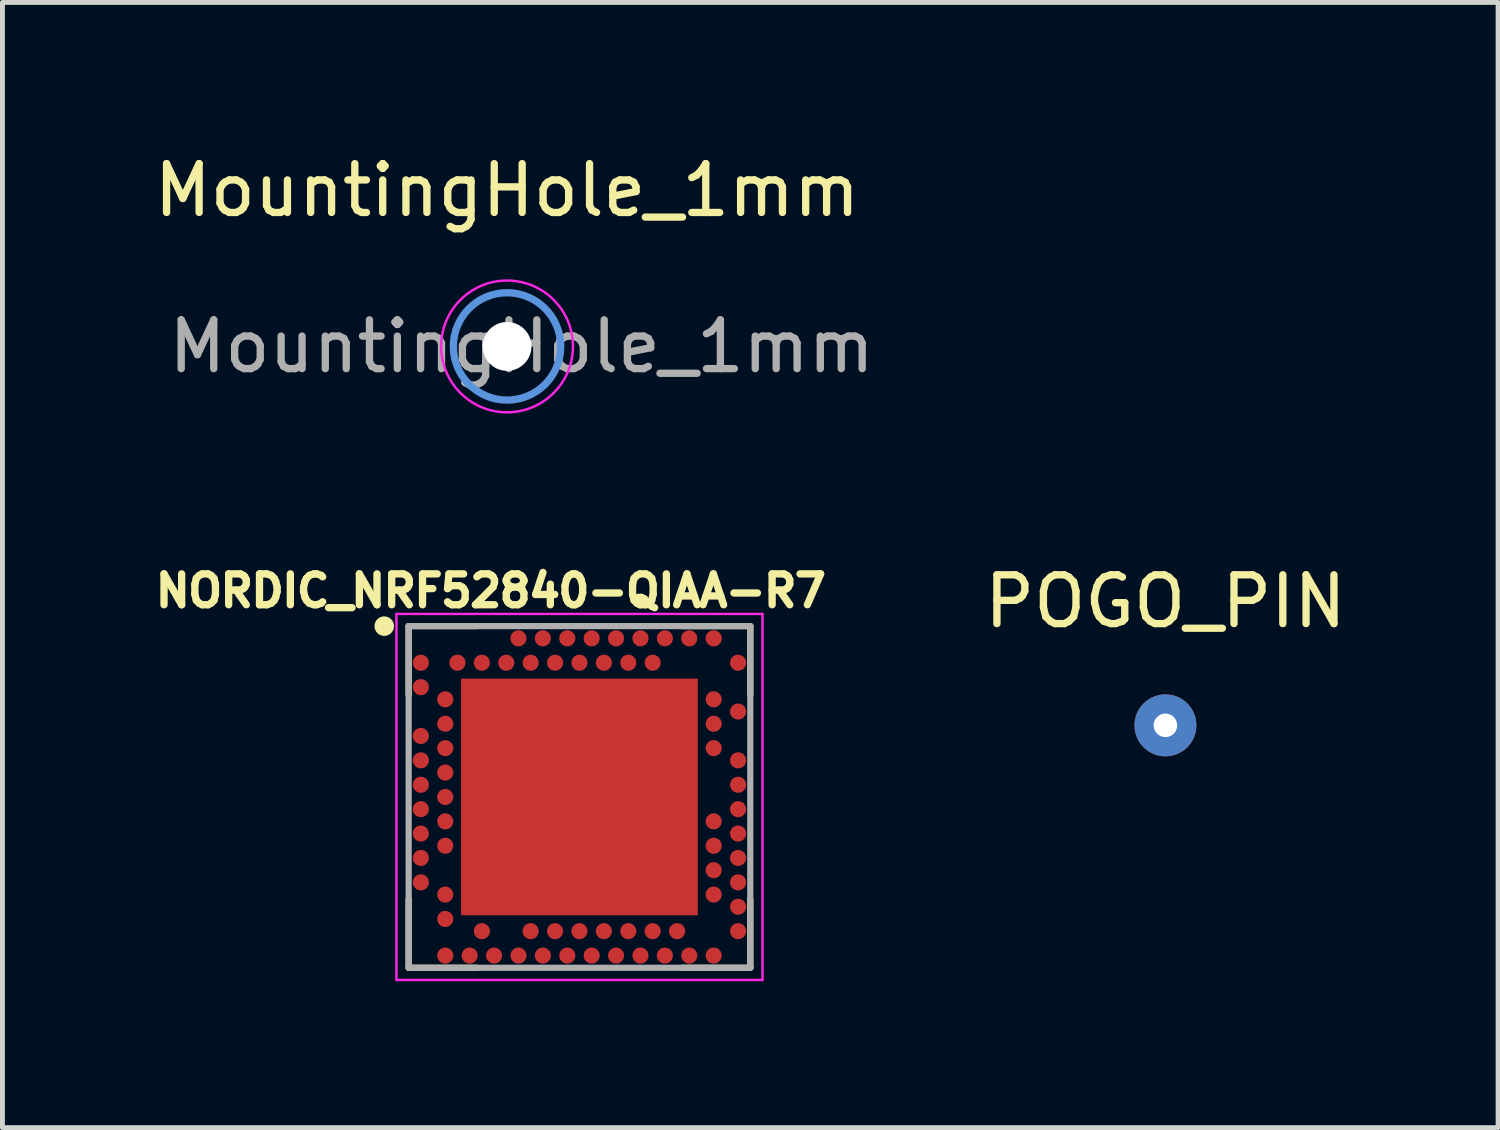
<source format=kicad_pcb>
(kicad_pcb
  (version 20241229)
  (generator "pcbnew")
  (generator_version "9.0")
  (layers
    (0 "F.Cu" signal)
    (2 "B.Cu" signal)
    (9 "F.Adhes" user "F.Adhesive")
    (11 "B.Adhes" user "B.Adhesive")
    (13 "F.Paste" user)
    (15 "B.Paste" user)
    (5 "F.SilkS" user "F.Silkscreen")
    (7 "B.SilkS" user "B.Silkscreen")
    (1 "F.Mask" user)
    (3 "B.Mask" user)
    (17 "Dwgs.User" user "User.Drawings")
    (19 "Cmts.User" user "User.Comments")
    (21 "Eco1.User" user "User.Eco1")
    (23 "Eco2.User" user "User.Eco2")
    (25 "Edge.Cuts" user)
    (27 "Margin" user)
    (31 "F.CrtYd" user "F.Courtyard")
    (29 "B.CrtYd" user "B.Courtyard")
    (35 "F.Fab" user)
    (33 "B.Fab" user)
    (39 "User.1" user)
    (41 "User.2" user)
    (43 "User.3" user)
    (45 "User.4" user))
  (footprint "NORDIC_NRF52840-QIAA-R7"
    (layer "F.Cu")
    (at 8.823 13.279)
    (property "Reference" "NORDIC_NRF52840-QIAA-R7" (at -1.816 -4.223 0) (layer "F.SilkS") (effects (font (size 0.632 0.632) (thickness 0.15))))
    (attr smd)
    (fp_line (start -3.5 -2.1) (end -3.5 -3.5) (stroke (width 0.127) (type solid)) (layer "F.SilkS"))
    (fp_line (start -3.5 2.1) (end -3.5 3.5) (stroke (width 0.127) (type solid)) (layer "F.SilkS"))
    (fp_line (start -3.5 3.5) (end -2.1 3.5) (stroke (width 0.127) (type solid)) (layer "F.SilkS"))
    (fp_line (start -2.1 -3.5) (end -3.5 -3.5) (stroke (width 0.127) (type solid)) (layer "F.SilkS"))
    (fp_line (start 2.1 3.5) (end 3.5 3.5) (stroke (width 0.127) (type solid)) (layer "F.SilkS"))
    (fp_line (start 3.5 -3.5) (end 2.1 -3.5) (stroke (width 0.127) (type solid)) (layer "F.SilkS"))
    (fp_line (start 3.5 -2.1) (end 3.5 -3.5) (stroke (width 0.127) (type solid)) (layer "F.SilkS"))
    (fp_line (start 3.5 3.5) (end 3.5 2.1) (stroke (width 0.127) (type solid)) (layer "F.SilkS"))
    (fp_circle (center -4 -3.5) (end -3.9 -3.5) (stroke (width 0.2) (type solid)) (fill no) (layer "F.SilkS"))
    (fp_poly (pts (xy -1.531 -1.53) (xy 1.53 -1.53) (xy 1.53 1.531) (xy -1.531 1.531)) (stroke (width 0.01) (type solid)) (fill yes) (layer "F.Paste"))
    (fp_line (start -3.75 -3.75) (end -3.75 3.75) (stroke (width 0.05) (type solid)) (layer "F.CrtYd"))
    (fp_line (start -3.75 3.75) (end 3.75 3.75) (stroke (width 0.05) (type solid)) (layer "F.CrtYd"))
    (fp_line (start 3.75 -3.75) (end -3.75 -3.75) (stroke (width 0.05) (type solid)) (layer "F.CrtYd"))
    (fp_line (start 3.75 3.75) (end 3.75 -3.75) (stroke (width 0.05) (type solid)) (layer "F.CrtYd"))
    (fp_line (start -3.5 -3.5) (end -3.5 3.5) (stroke (width 0.127) (type solid)) (layer "F.Fab"))
    (fp_line (start -3.5 3.5) (end 3.5 3.5) (stroke (width 0.127) (type solid)) (layer "F.Fab"))
    (fp_line (start 3.5 -3.5) (end -3.5 -3.5) (stroke (width 0.127) (type solid)) (layer "F.Fab"))
    (fp_line (start 3.5 3.5) (end 3.5 -3.5) (stroke (width 0.127) (type solid)) (layer "F.Fab"))
    (pad "A8" smd circle (at -1.25 -3.25) (size 0.33 0.33) (layers "F.Cu" "F.Mask" "F.Paste"))
    (pad "A10" smd circle (at -0.75 -3.25) (size 0.33 0.33) (layers "F.Cu" "F.Mask" "F.Paste"))
    (pad "A12" smd circle (at -0.25 -3.25) (size 0.33 0.33) (layers "F.Cu" "F.Mask" "F.Paste"))
    (pad "A14" smd circle (at 0.25 -3.25) (size 0.33 0.33) (layers "F.Cu" "F.Mask" "F.Paste"))
    (pad "A16" smd circle (at 0.75 -3.25) (size 0.33 0.33) (layers "F.Cu" "F.Mask" "F.Paste"))
    (pad "A18" smd circle (at 1.25 -3.25) (size 0.33 0.33) (layers "F.Cu" "F.Mask" "F.Paste"))
    (pad "A20" smd circle (at 1.75 -3.25) (size 0.33 0.33) (layers "F.Cu" "F.Mask" "F.Paste"))
    (pad "A22" smd circle (at 2.25 -3.25) (size 0.33 0.33) (layers "F.Cu" "F.Mask" "F.Paste"))
    (pad "A23" smd circle (at 2.75 -3.25) (size 0.33 0.33) (layers "F.Cu" "F.Mask" "F.Paste"))
    (pad "AA24" smd circle (at 3.25 2.25 90) (size 0.33 0.33) (layers "F.Cu" "F.Mask" "F.Paste"))
    (pad "AB2" smd circle (at -2.75 2.5 90) (size 0.33 0.33) (layers "F.Cu" "F.Mask" "F.Paste"))
    (pad "AC5" smd circle (at -2 2.75) (size 0.33 0.33) (layers "F.Cu" "F.Mask" "F.Paste"))
    (pad "AC9" smd circle (at -1 2.75) (size 0.33 0.33) (layers "F.Cu" "F.Mask" "F.Paste"))
    (pad "AC11" smd circle (at -0.5 2.75) (size 0.33 0.33) (layers "F.Cu" "F.Mask" "F.Paste"))
    (pad "AC13" smd circle (at 0 2.75) (size 0.33 0.33) (layers "F.Cu" "F.Mask" "F.Paste"))
    (pad "AC15" smd circle (at 0.5 2.75) (size 0.33 0.33) (layers "F.Cu" "F.Mask" "F.Paste"))
    (pad "AC17" smd circle (at 1 2.75) (size 0.33 0.33) (layers "F.Cu" "F.Mask" "F.Paste"))
    (pad "AC19" smd circle (at 1.5 2.75) (size 0.33 0.33) (layers "F.Cu" "F.Mask" "F.Paste"))
    (pad "AC21" smd circle (at 2 2.75) (size 0.33 0.33) (layers "F.Cu" "F.Mask" "F.Paste"))
    (pad "AC24" smd circle (at 3.25 2.75 90) (size 0.33 0.33) (layers "F.Cu" "F.Mask" "F.Paste"))
    (pad "AD2" smd circle (at -2.75 3.25) (size 0.33 0.33) (layers "F.Cu" "F.Mask" "F.Paste"))
    (pad "AD4" smd circle (at -2.25 3.25) (size 0.33 0.33) (layers "F.Cu" "F.Mask" "F.Paste"))
    (pad "AD6" smd circle (at -1.75 3.25) (size 0.33 0.33) (layers "F.Cu" "F.Mask" "F.Paste"))
    (pad "AD8" smd circle (at -1.25 3.25) (size 0.33 0.33) (layers "F.Cu" "F.Mask" "F.Paste"))
    (pad "AD10" smd circle (at -0.75 3.25) (size 0.33 0.33) (layers "F.Cu" "F.Mask" "F.Paste"))
    (pad "AD12" smd circle (at -0.25 3.25) (size 0.33 0.33) (layers "F.Cu" "F.Mask" "F.Paste"))
    (pad "AD14" smd circle (at 0.25 3.25) (size 0.33 0.33) (layers "F.Cu" "F.Mask" "F.Paste"))
    (pad "AD16" smd circle (at 0.75 3.25) (size 0.33 0.33) (layers "F.Cu" "F.Mask" "F.Paste"))
    (pad "AD18" smd circle (at 1.25 3.25) (size 0.33 0.33) (layers "F.Cu" "F.Mask" "F.Paste"))
    (pad "AD20" smd circle (at 1.75 3.25) (size 0.33 0.33) (layers "F.Cu" "F.Mask" "F.Paste"))
    (pad "AD22" smd circle (at 2.25 3.25) (size 0.33 0.33) (layers "F.Cu" "F.Mask" "F.Paste"))
    (pad "AD23" smd circle (at 2.75 3.25) (size 0.33 0.33) (layers "F.Cu" "F.Mask" "F.Paste"))
    (pad "B1" smd circle (at -3.25 -2.75 90) (size 0.33 0.33) (layers "F.Cu" "F.Mask" "F.Paste"))
    (pad "B3" smd circle (at -2.5 -2.75) (size 0.33 0.33) (layers "F.Cu" "F.Mask" "F.Paste"))
    (pad "B5" smd circle (at -2 -2.75) (size 0.33 0.33) (layers "F.Cu" "F.Mask" "F.Paste"))
    (pad "B7" smd circle (at -1.5 -2.75) (size 0.33 0.33) (layers "F.Cu" "F.Mask" "F.Paste"))
    (pad "B9" smd circle (at -1 -2.75) (size 0.33 0.33) (layers "F.Cu" "F.Mask" "F.Paste"))
    (pad "B11" smd circle (at -0.5 -2.75) (size 0.33 0.33) (layers "F.Cu" "F.Mask" "F.Paste"))
    (pad "B13" smd circle (at 0 -2.75) (size 0.33 0.33) (layers "F.Cu" "F.Mask" "F.Paste"))
    (pad "B15" smd circle (at 0.5 -2.75) (size 0.33 0.33) (layers "F.Cu" "F.Mask" "F.Paste"))
    (pad "B17" smd circle (at 1 -2.75) (size 0.33 0.33) (layers "F.Cu" "F.Mask" "F.Paste"))
    (pad "B19" smd circle (at 1.5 -2.75) (size 0.33 0.33) (layers "F.Cu" "F.Mask" "F.Paste"))
    (pad "B24" smd circle (at 3.25 -2.75 90) (size 0.33 0.33) (layers "F.Cu" "F.Mask" "F.Paste"))
    (pad "C1" smd circle (at -3.25 -2.25 90) (size 0.33 0.33) (layers "F.Cu" "F.Mask" "F.Paste"))
    (pad "D2" smd circle (at -2.75 -2 90) (size 0.33 0.33) (layers "F.Cu" "F.Mask" "F.Paste"))
    (pad "D23" smd circle (at 2.75 -2 90) (size 0.33 0.33) (layers "F.Cu" "F.Mask" "F.Paste"))
    (pad "E24" smd circle (at 3.25 -1.75 90) (size 0.33 0.33) (layers "F.Cu" "F.Mask" "F.Paste"))
    (pad "EXP" smd rect (at 0 0) (size 4.85 4.85) (layers "F.Cu" "F.Mask"))
    (pad "F2" smd circle (at -2.75 -1.5 90) (size 0.33 0.33) (layers "F.Cu" "F.Mask" "F.Paste"))
    (pad "F23" smd circle (at 2.75 -1.5 90) (size 0.33 0.33) (layers "F.Cu" "F.Mask" "F.Paste"))
    (pad "G1" smd circle (at -3.25 -1.25 90) (size 0.33 0.33) (layers "F.Cu" "F.Mask" "F.Paste"))
    (pad "H2" smd circle (at -2.75 -1 90) (size 0.33 0.33) (layers "F.Cu" "F.Mask" "F.Paste"))
    (pad "H23" smd circle (at 2.75 -1 90) (size 0.33 0.33) (layers "F.Cu" "F.Mask" "F.Paste"))
    (pad "J1" smd circle (at -3.25 -0.75 90) (size 0.33 0.33) (layers "F.Cu" "F.Mask" "F.Paste"))
    (pad "J24" smd circle (at 3.25 -0.75 90) (size 0.33 0.33) (layers "F.Cu" "F.Mask" "F.Paste"))
    (pad "K2" smd circle (at -2.75 -0.5 90) (size 0.33 0.33) (layers "F.Cu" "F.Mask" "F.Paste"))
    (pad "L1" smd circle (at -3.25 -0.25 90) (size 0.33 0.33) (layers "F.Cu" "F.Mask" "F.Paste"))
    (pad "L24" smd circle (at 3.25 -0.25 90) (size 0.33 0.33) (layers "F.Cu" "F.Mask" "F.Paste"))
    (pad "M2" smd circle (at -2.75 0 90) (size 0.33 0.33) (layers "F.Cu" "F.Mask" "F.Paste"))
    (pad "N1" smd circle (at -3.25 0.25 90) (size 0.33 0.33) (layers "F.Cu" "F.Mask" "F.Paste"))
    (pad "N24" smd circle (at 3.25 0.25 90) (size 0.33 0.33) (layers "F.Cu" "F.Mask" "F.Paste"))
    (pad "P2" smd circle (at -2.75 0.5 90) (size 0.33 0.33) (layers "F.Cu" "F.Mask" "F.Paste"))
    (pad "P23" smd circle (at 2.75 0.5 90) (size 0.33 0.33) (layers "F.Cu" "F.Mask" "F.Paste"))
    (pad "R1" smd circle (at -3.25 0.75 90) (size 0.33 0.33) (layers "F.Cu" "F.Mask" "F.Paste"))
    (pad "R24" smd circle (at 3.25 0.75 90) (size 0.33 0.33) (layers "F.Cu" "F.Mask" "F.Paste"))
    (pad "T2" smd circle (at -2.75 1 90) (size 0.33 0.33) (layers "F.Cu" "F.Mask" "F.Paste"))
    (pad "T23" smd circle (at 2.75 1 90) (size 0.33 0.33) (layers "F.Cu" "F.Mask" "F.Paste"))
    (pad "U1" smd circle (at -3.25 1.25 90) (size 0.33 0.33) (layers "F.Cu" "F.Mask" "F.Paste"))
    (pad "U24" smd circle (at 3.25 1.25 90) (size 0.33 0.33) (layers "F.Cu" "F.Mask" "F.Paste"))
    (pad "V23" smd circle (at 2.75 1.5 90) (size 0.33 0.33) (layers "F.Cu" "F.Mask" "F.Paste"))
    (pad "W1" smd circle (at -3.25 1.75 90) (size 0.33 0.33) (layers "F.Cu" "F.Mask" "F.Paste"))
    (pad "W24" smd circle (at 3.25 1.75 90) (size 0.33 0.33) (layers "F.Cu" "F.Mask" "F.Paste"))
    (pad "Y2" smd circle (at -2.75 2 90) (size 0.33 0.33) (layers "F.Cu" "F.Mask" "F.Paste"))
    (pad "Y23" smd circle (at 2.75 2 90) (size 0.33 0.33) (layers "F.Cu" "F.Mask" "F.Paste")))
  (footprint "POGO_PIN"
    (layer "F.Cu")
    (at 20.829 11.812)
    (property "Reference" "POGO_PIN" (at 0 -2.54 0) (unlocked yes) (layer "F.SilkS") (effects (font (size 1 1) (thickness 0.15))))
    (attr through_hole)
    (pad "1" thru_hole circle (at 0 0) (size 1.27 1.27) (drill 0.483) (layers "*.Cu" "*.Mask")))
  (footprint "MountingHole_1mm"
    (layer "F.Cu")
    (at 7.339 4.048)
    (property "Reference" "MountingHole_1mm" (at 0 -3.2 0) (layer "F.SilkS") (effects (font (size 1 1) (thickness 0.15))))
    (attr exclude_from_pos_files exclude_from_bom)
    (fp_circle (center 0 0) (end 1.1 0) (stroke (width 0.15) (type solid)) (fill no) (layer "Cmts.User"))
    (fp_circle (center 0 0) (end 1.35 0) (stroke (width 0.05) (type solid)) (fill no) (layer "F.CrtYd"))
    (fp_text user "${REFERENCE}" (at 0.3 0 0) (layer "F.Fab") (effects (font (size 1 1) (thickness 0.15))))
    (pad "" np_thru_hole circle (at 0 0) (size 1 1) (drill 1) (layers "*.Cu" "*.Mask")))
  (gr_rect
    (start -3 -3)
    (end 27.645 20.054)
    (stroke (width 0.1) (type default))
    (fill no)
    (layer "Edge.Cuts")))
</source>
